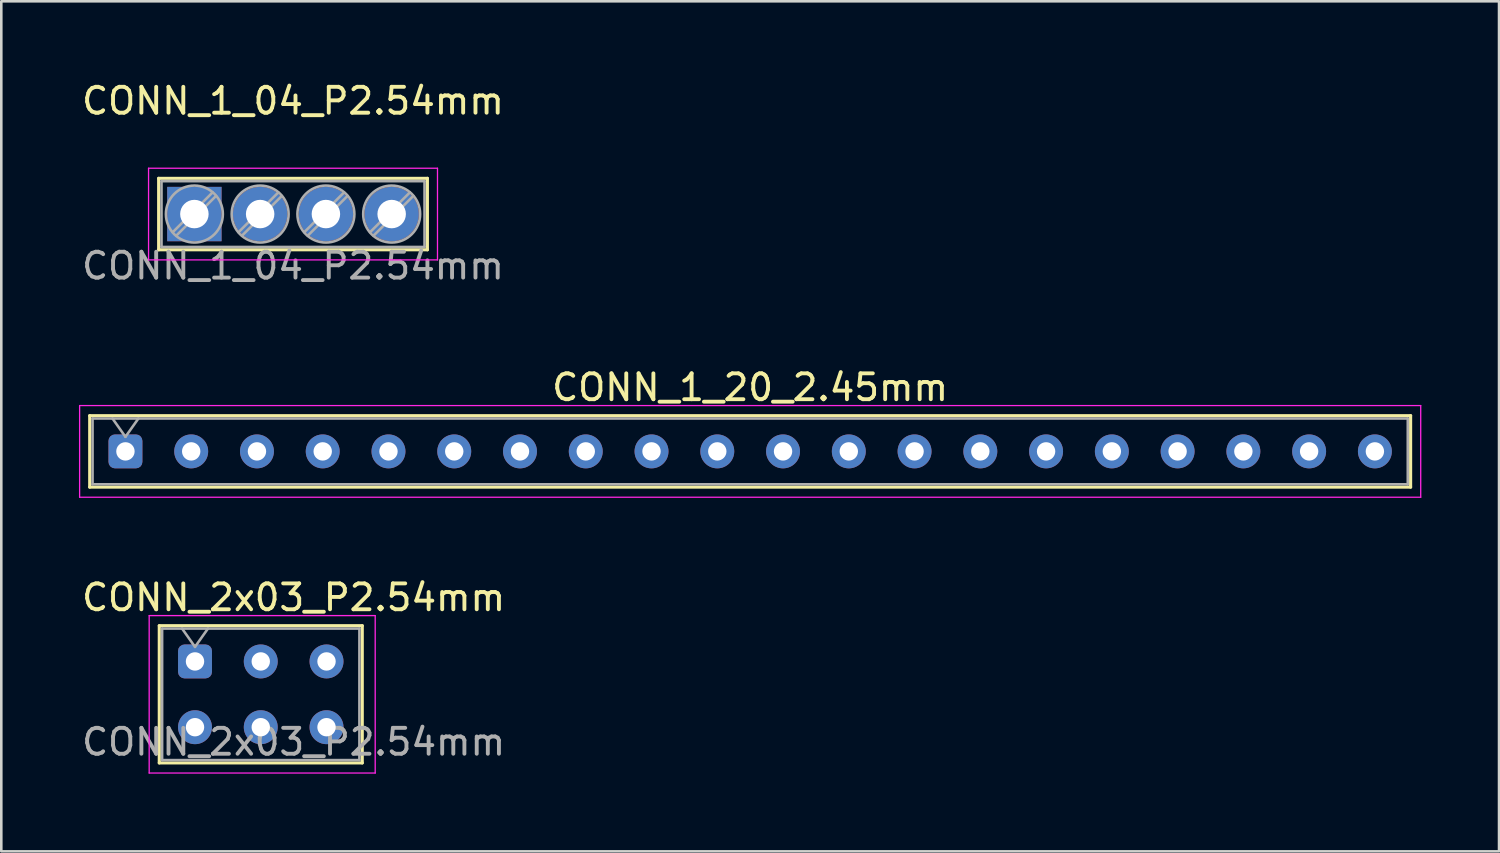
<source format=kicad_pcb>
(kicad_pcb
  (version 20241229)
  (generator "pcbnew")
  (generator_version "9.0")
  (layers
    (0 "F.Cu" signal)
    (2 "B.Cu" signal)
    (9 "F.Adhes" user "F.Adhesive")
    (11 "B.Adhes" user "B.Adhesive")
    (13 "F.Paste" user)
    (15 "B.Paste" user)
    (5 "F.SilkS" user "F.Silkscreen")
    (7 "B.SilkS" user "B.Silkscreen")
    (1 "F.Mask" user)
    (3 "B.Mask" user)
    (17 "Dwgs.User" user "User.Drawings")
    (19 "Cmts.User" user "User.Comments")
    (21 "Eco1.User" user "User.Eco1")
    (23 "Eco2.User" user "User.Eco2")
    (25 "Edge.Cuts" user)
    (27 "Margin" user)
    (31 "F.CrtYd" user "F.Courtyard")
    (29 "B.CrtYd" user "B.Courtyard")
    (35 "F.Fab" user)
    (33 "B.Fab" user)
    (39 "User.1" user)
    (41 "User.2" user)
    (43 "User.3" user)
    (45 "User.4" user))
  (footprint "CONN_1_20_2.45mm"
    (layer "F.Cu")
    (at 1.795 14.385)
    (property "Reference" "CONN_1_20_2.45mm" (at 24.13 -2.47 0) (layer "F.SilkS") (effects (font (size 1 1) (thickness 0.15))))
    (attr through_hole)
    (fp_line (start -1.38 -1.38) (end 49.64 -1.38) (stroke (width 0.12) (type solid)) (layer "F.SilkS"))
    (fp_line (start -1.38 1.38) (end -1.38 -1.38) (stroke (width 0.12) (type solid)) (layer "F.SilkS"))
    (fp_line (start 49.64 -1.38) (end 49.64 1.38) (stroke (width 0.12) (type solid)) (layer "F.SilkS"))
    (fp_line (start 49.64 1.38) (end -1.38 1.38) (stroke (width 0.12) (type solid)) (layer "F.SilkS"))
    (fp_line (start -1.77 -1.77) (end 50.03 -1.77) (stroke (width 0.05) (type solid)) (layer "F.CrtYd"))
    (fp_line (start -1.77 1.77) (end -1.77 -1.77) (stroke (width 0.05) (type solid)) (layer "F.CrtYd"))
    (fp_line (start 50.03 -1.77) (end 50.03 1.77) (stroke (width 0.05) (type solid)) (layer "F.CrtYd"))
    (fp_line (start 50.03 1.77) (end -1.77 1.77) (stroke (width 0.05) (type solid)) (layer "F.CrtYd"))
    (fp_line (start -1.27 -1.27) (end 49.53 -1.27) (stroke (width 0.1) (type solid)) (layer "F.Fab"))
    (fp_line (start -1.27 1.27) (end -1.27 -1.27) (stroke (width 0.1) (type solid)) (layer "F.Fab"))
    (fp_line (start -0.5 -1.27) (end 0 -0.563) (stroke (width 0.1) (type solid)) (layer "F.Fab"))
    (fp_line (start 0 -0.563) (end 0.5 -1.27) (stroke (width 0.1) (type solid)) (layer "F.Fab"))
    (fp_line (start 49.53 -1.27) (end 49.53 1.27) (stroke (width 0.1) (type solid)) (layer "F.Fab"))
    (fp_line (start 49.53 1.27) (end -1.27 1.27) (stroke (width 0.1) (type solid)) (layer "F.Fab"))
    (pad "1" thru_hole roundrect (at 0 0) (size 1.31 1.31) (drill 0.71) (layers "*.Cu" "*.Mask") (roundrect_rratio 0.191))
    (pad "2" thru_hole circle (at 2.54 0) (size 1.31 1.31) (drill 0.71) (layers "*.Cu" "*.Mask"))
    (pad "3" thru_hole circle (at 5.08 0) (size 1.31 1.31) (drill 0.71) (layers "*.Cu" "*.Mask"))
    (pad "4" thru_hole circle (at 7.62 0) (size 1.31 1.31) (drill 0.71) (layers "*.Cu" "*.Mask"))
    (pad "5" thru_hole circle (at 10.16 0) (size 1.31 1.31) (drill 0.71) (layers "*.Cu" "*.Mask"))
    (pad "6" thru_hole circle (at 12.7 0) (size 1.31 1.31) (drill 0.71) (layers "*.Cu" "*.Mask"))
    (pad "7" thru_hole circle (at 15.24 0) (size 1.31 1.31) (drill 0.71) (layers "*.Cu" "*.Mask"))
    (pad "8" thru_hole circle (at 17.78 0) (size 1.31 1.31) (drill 0.71) (layers "*.Cu" "*.Mask"))
    (pad "9" thru_hole circle (at 20.32 0) (size 1.31 1.31) (drill 0.71) (layers "*.Cu" "*.Mask"))
    (pad "10" thru_hole circle (at 22.86 0) (size 1.31 1.31) (drill 0.71) (layers "*.Cu" "*.Mask"))
    (pad "11" thru_hole circle (at 25.4 0) (size 1.31 1.31) (drill 0.71) (layers "*.Cu" "*.Mask"))
    (pad "12" thru_hole circle (at 27.94 0) (size 1.31 1.31) (drill 0.71) (layers "*.Cu" "*.Mask"))
    (pad "13" thru_hole circle (at 30.48 0) (size 1.31 1.31) (drill 0.71) (layers "*.Cu" "*.Mask"))
    (pad "14" thru_hole circle (at 33.02 0) (size 1.31 1.31) (drill 0.71) (layers "*.Cu" "*.Mask"))
    (pad "15" thru_hole circle (at 35.56 0) (size 1.31 1.31) (drill 0.71) (layers "*.Cu" "*.Mask"))
    (pad "16" thru_hole circle (at 38.1 0) (size 1.31 1.31) (drill 0.71) (layers "*.Cu" "*.Mask"))
    (pad "17" thru_hole circle (at 40.64 0) (size 1.31 1.31) (drill 0.71) (layers "*.Cu" "*.Mask"))
    (pad "18" thru_hole circle (at 43.18 0) (size 1.31 1.31) (drill 0.71) (layers "*.Cu" "*.Mask"))
    (pad "19" thru_hole circle (at 45.72 0) (size 1.31 1.31) (drill 0.71) (layers "*.Cu" "*.Mask"))
    (pad "20" thru_hole circle (at 48.26 0) (size 1.31 1.31) (drill 0.71) (layers "*.Cu" "*.Mask")))
  (footprint "CONN_2x03_P2.54mm"
    (layer "F.Cu")
    (at 4.482 22.498)
    (property "Reference" "CONN_2x03_P2.54mm" (at 3.81 -2.47 0) (layer "F.SilkS") (effects (font (size 1 1) (thickness 0.15))))
    (attr through_hole)
    (fp_line (start -1.38 -1.38) (end 6.46 -1.38) (stroke (width 0.12) (type solid)) (layer "F.SilkS"))
    (fp_line (start -1.38 3.92) (end -1.38 -1.38) (stroke (width 0.12) (type solid)) (layer "F.SilkS"))
    (fp_line (start 6.46 -1.38) (end 6.46 3.92) (stroke (width 0.12) (type solid)) (layer "F.SilkS"))
    (fp_line (start 6.46 3.92) (end -1.38 3.92) (stroke (width 0.12) (type solid)) (layer "F.SilkS"))
    (fp_line (start -1.77 -1.77) (end 6.96 -1.77) (stroke (width 0.05) (type solid)) (layer "F.CrtYd"))
    (fp_line (start -1.77 4.31) (end -1.77 -1.77) (stroke (width 0.05) (type solid)) (layer "F.CrtYd"))
    (fp_line (start 6.96 -1.77) (end 6.96 4.31) (stroke (width 0.05) (type solid)) (layer "F.CrtYd"))
    (fp_line (start 6.96 4.31) (end -1.77 4.31) (stroke (width 0.05) (type solid)) (layer "F.CrtYd"))
    (fp_line (start -1.27 -1.27) (end 6.35 -1.27) (stroke (width 0.1) (type solid)) (layer "F.Fab"))
    (fp_line (start -1.27 3.81) (end -1.27 -1.27) (stroke (width 0.1) (type solid)) (layer "F.Fab"))
    (fp_line (start -0.5 -1.27) (end 0 -0.563) (stroke (width 0.1) (type solid)) (layer "F.Fab"))
    (fp_line (start 0 -0.563) (end 0.5 -1.27) (stroke (width 0.1) (type solid)) (layer "F.Fab"))
    (fp_line (start 6.35 -1.27) (end 6.35 3.81) (stroke (width 0.1) (type solid)) (layer "F.Fab"))
    (fp_line (start 6.35 3.81) (end -1.27 3.81) (stroke (width 0.1) (type solid)) (layer "F.Fab"))
    (fp_text user "${REFERENCE}" (at 3.81 3.11 0) (layer "F.Fab") (effects (font (size 1 1) (thickness 0.15))))
    (pad "1" thru_hole roundrect (at 0 0) (size 1.31 1.31) (drill 0.71) (layers "*.Cu" "*.Mask") (roundrect_rratio 0.191))
    (pad "2" thru_hole circle (at 2.54 0) (size 1.31 1.31) (drill 0.71) (layers "*.Cu" "*.Mask"))
    (pad "3" thru_hole circle (at 5.08 0) (size 1.31 1.31) (drill 0.71) (layers "*.Cu" "*.Mask"))
    (pad "4" thru_hole circle (at 0 2.54) (size 1.31 1.31) (drill 0.71) (layers "*.Cu" "*.Mask"))
    (pad "5" thru_hole circle (at 2.54 2.54) (size 1.31 1.31) (drill 0.71) (layers "*.Cu" "*.Mask"))
    (pad "6" thru_hole circle (at 5.08 2.54) (size 1.31 1.31) (drill 0.71) (layers "*.Cu" "*.Mask")))
  (footprint "CONN_1_04_P2.54mm"
    (layer "F.Cu")
    (at 4.458 5.218)
    (property "Reference" "CONN_1_04_P2.54mm" (at 3.81 -4.37 0) (layer "F.SilkS") (effects (font (size 1 1) (thickness 0.15))))
    (attr through_hole)
    (fp_line (start -1.38 -1.38) (end -1.38 1.38) (stroke (width 0.12) (type solid)) (layer "F.SilkS"))
    (fp_line (start -1.38 -1.38) (end 9 -1.38) (stroke (width 0.12) (type solid)) (layer "F.SilkS"))
    (fp_line (start -1.38 1.38) (end 9 1.38) (stroke (width 0.12) (type solid)) (layer "F.SilkS"))
    (fp_line (start 9 -1.38) (end 9 1.38) (stroke (width 0.12) (type solid)) (layer "F.SilkS"))
    (fp_line (start -1.77 -1.77) (end -1.77 1.77) (stroke (width 0.05) (type solid)) (layer "F.CrtYd"))
    (fp_line (start -1.77 1.77) (end 9.39 1.77) (stroke (width 0.05) (type solid)) (layer "F.CrtYd"))
    (fp_line (start 9.39 -1.77) (end -1.77 -1.77) (stroke (width 0.05) (type solid)) (layer "F.CrtYd"))
    (fp_line (start 9.39 1.77) (end 9.39 -1.77) (stroke (width 0.05) (type solid)) (layer "F.CrtYd"))
    (fp_line (start -1.27 -1.27) (end 8.89 -1.27) (stroke (width 0.1) (type solid)) (layer "F.Fab"))
    (fp_line (start -1.27 1.27) (end -1.27 -1.27) (stroke (width 0.1) (type solid)) (layer "F.Fab"))
    (fp_line (start 0.701 -0.835) (end -0.835 0.7) (stroke (width 0.1) (type solid)) (layer "F.Fab"))
    (fp_line (start 0.835 -0.7) (end -0.701 0.835) (stroke (width 0.1) (type solid)) (layer "F.Fab"))
    (fp_line (start 3.241 -0.835) (end 1.706 0.7) (stroke (width 0.1) (type solid)) (layer "F.Fab"))
    (fp_line (start 3.375 -0.7) (end 1.84 0.835) (stroke (width 0.1) (type solid)) (layer "F.Fab"))
    (fp_line (start 5.781 -0.835) (end 4.246 0.7) (stroke (width 0.1) (type solid)) (layer "F.Fab"))
    (fp_line (start 5.915 -0.7) (end 4.38 0.835) (stroke (width 0.1) (type solid)) (layer "F.Fab"))
    (fp_line (start 8.321 -0.835) (end 6.786 0.7) (stroke (width 0.1) (type solid)) (layer "F.Fab"))
    (fp_line (start 8.455 -0.7) (end 6.92 0.835) (stroke (width 0.1) (type solid)) (layer "F.Fab"))
    (fp_line (start 8.89 -1.27) (end 8.89 1.27) (stroke (width 0.1) (type solid)) (layer "F.Fab"))
    (fp_line (start 8.89 1.27) (end -1.27 1.27) (stroke (width 0.1) (type solid)) (layer "F.Fab"))
    (fp_circle (center 0 0) (end 1.1 0) (stroke (width 0.1) (type solid)) (fill no) (layer "F.Fab"))
    (fp_circle (center 2.54 0) (end 3.64 0) (stroke (width 0.1) (type solid)) (fill no) (layer "F.Fab"))
    (fp_circle (center 5.08 0) (end 6.18 0) (stroke (width 0.1) (type solid)) (fill no) (layer "F.Fab"))
    (fp_circle (center 7.62 0) (end 8.72 0) (stroke (width 0.1) (type solid)) (fill no) (layer "F.Fab"))
    (fp_text user "${REFERENCE}" (at 3.81 2 0) (layer "F.Fab") (effects (font (size 1 1) (thickness 0.15))))
    (pad "1" thru_hole rect (at 0 0) (size 2.1 2.1) (drill 1.1) (layers "*.Cu" "*.Mask"))
    (pad "2" thru_hole circle (at 2.54 0) (size 2.1 2.1) (drill 1.1) (layers "*.Cu" "*.Mask"))
    (pad "3" thru_hole circle (at 5.08 0) (size 2.1 2.1) (drill 1.1) (layers "*.Cu" "*.Mask"))
    (pad "4" thru_hole circle (at 7.62 0) (size 2.1 2.1) (drill 1.1) (layers "*.Cu" "*.Mask")))
  (gr_rect
    (start -3 -3)
    (end 54.85 29.833)
    (stroke (width 0.1) (type default))
    (fill no)
    (layer "Edge.Cuts")))
</source>
